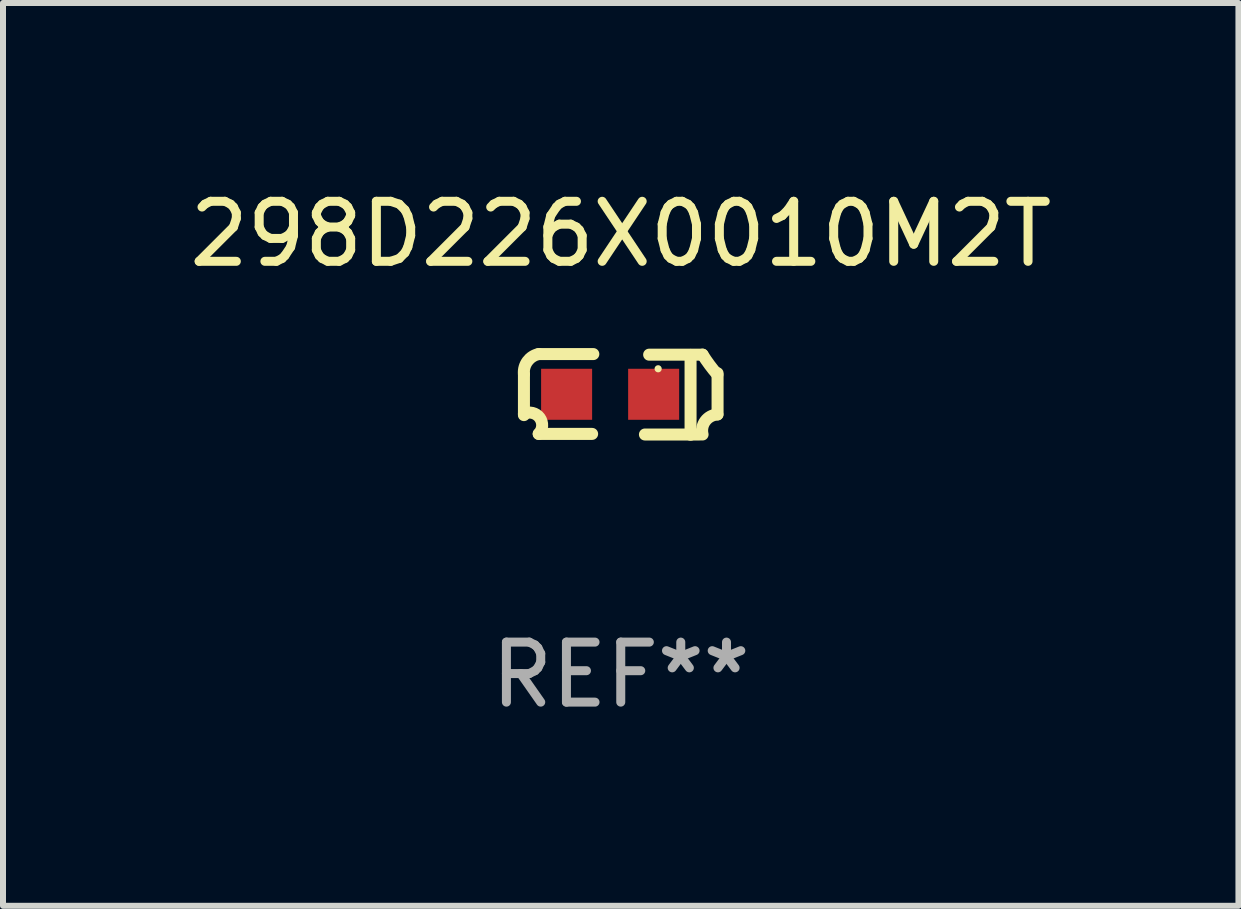
<source format=kicad_pcb>
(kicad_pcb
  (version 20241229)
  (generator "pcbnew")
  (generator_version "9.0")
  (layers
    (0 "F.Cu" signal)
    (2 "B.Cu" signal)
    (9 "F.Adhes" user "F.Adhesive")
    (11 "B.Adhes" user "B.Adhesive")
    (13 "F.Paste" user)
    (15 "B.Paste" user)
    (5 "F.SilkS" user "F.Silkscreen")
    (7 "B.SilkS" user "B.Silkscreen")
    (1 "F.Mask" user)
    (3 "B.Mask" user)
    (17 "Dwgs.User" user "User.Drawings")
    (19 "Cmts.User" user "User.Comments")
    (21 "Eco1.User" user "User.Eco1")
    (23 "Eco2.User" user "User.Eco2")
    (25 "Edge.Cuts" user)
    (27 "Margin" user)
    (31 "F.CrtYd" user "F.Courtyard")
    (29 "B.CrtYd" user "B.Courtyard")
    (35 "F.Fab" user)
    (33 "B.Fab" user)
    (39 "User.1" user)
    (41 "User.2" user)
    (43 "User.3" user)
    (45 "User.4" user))
  (footprint "298D226X0010M2T"
    (layer "F.Cu")
    (at 7.292 3.521)
    (property "Reference" "298D226X0010M2T" (at 0 -2.672 0) (layer "F.SilkS") (effects (font (size 1 1) (thickness 0.15))))
    (attr through_hole)
    (fp_line (start -1.613 -0.34) (end -1.613 0.345) (stroke (width 0.2) (type solid)) (layer "F.SilkS"))
    (fp_line (start -1.367 -0.672) (end -0.457 -0.672) (stroke (width 0.2) (type solid)) (layer "F.SilkS"))
    (fp_line (start -1.367 0.658) (end -0.477 0.658) (stroke (width 0.2) (type solid)) (layer "F.SilkS"))
    (fp_line (start 1.163 -0.658) (end 1.163 0.672) (stroke (width 0.2) (type solid)) (layer "F.SilkS"))
    (fp_line (start 1.313 0.668) (end 0.403 0.668) (stroke (width 0.2) (type solid)) (layer "F.SilkS"))
    (fp_line (start 1.363 -0.662) (end 0.473 -0.662) (stroke (width 0.2) (type solid)) (layer "F.SilkS"))
    (fp_line (start 1.613 0.332) (end 1.613 -0.353) (stroke (width 0.2) (type solid)) (layer "F.SilkS"))
    (fp_arc (start -1.613412 0.325084) (mid -1.35024 0.38764) (end -1.366675 0.657645) (stroke (width 0.2) (type solid)) (layer "F.SilkS"))
    (fp_arc (start -1.613411 -0.33984) (mid -1.553365 -0.553083) (end -1.366675 -0.672352) (stroke (width 0.2) (type solid)) (layer "F.SilkS"))
    (fp_arc (start 1.363221 0.667602) (mid 1.408267 0.443212) (end 1.609957 0.33504) (stroke (width 0.2) (type solid)) (layer "F.SilkS"))
    (fp_arc (start 1.609957 -0.329884) (mid 1.480361 -0.491531) (end 1.363221 -0.662421) (stroke (width 0.2) (type solid)) (layer "F.SilkS"))
    (fp_circle (center 0.623 -0.427) (end 0.653 -0.427) (stroke (width 0.06) (type solid)) (fill no) (layer "F.SilkS"))
    (fp_text user "REF**" (at 0 4.672 0) (layer "F.Fab") (effects (font (size 1 1) (thickness 0.15))))
    (pad "1" smd rect (at 0.548 -0.002) (size 0.85 0.85) (layers "F.Cu" "F.Mask" "F.Paste"))
    (pad "2" smd rect (at -0.902 -0.002) (size 0.85 0.85) (layers "F.Cu" "F.Mask" "F.Paste")))
  (gr_rect
    (start -3 -3)
    (end 17.583 12.041)
    (stroke (width 0.1) (type default))
    (fill no)
    (layer "Edge.Cuts")))
</source>
